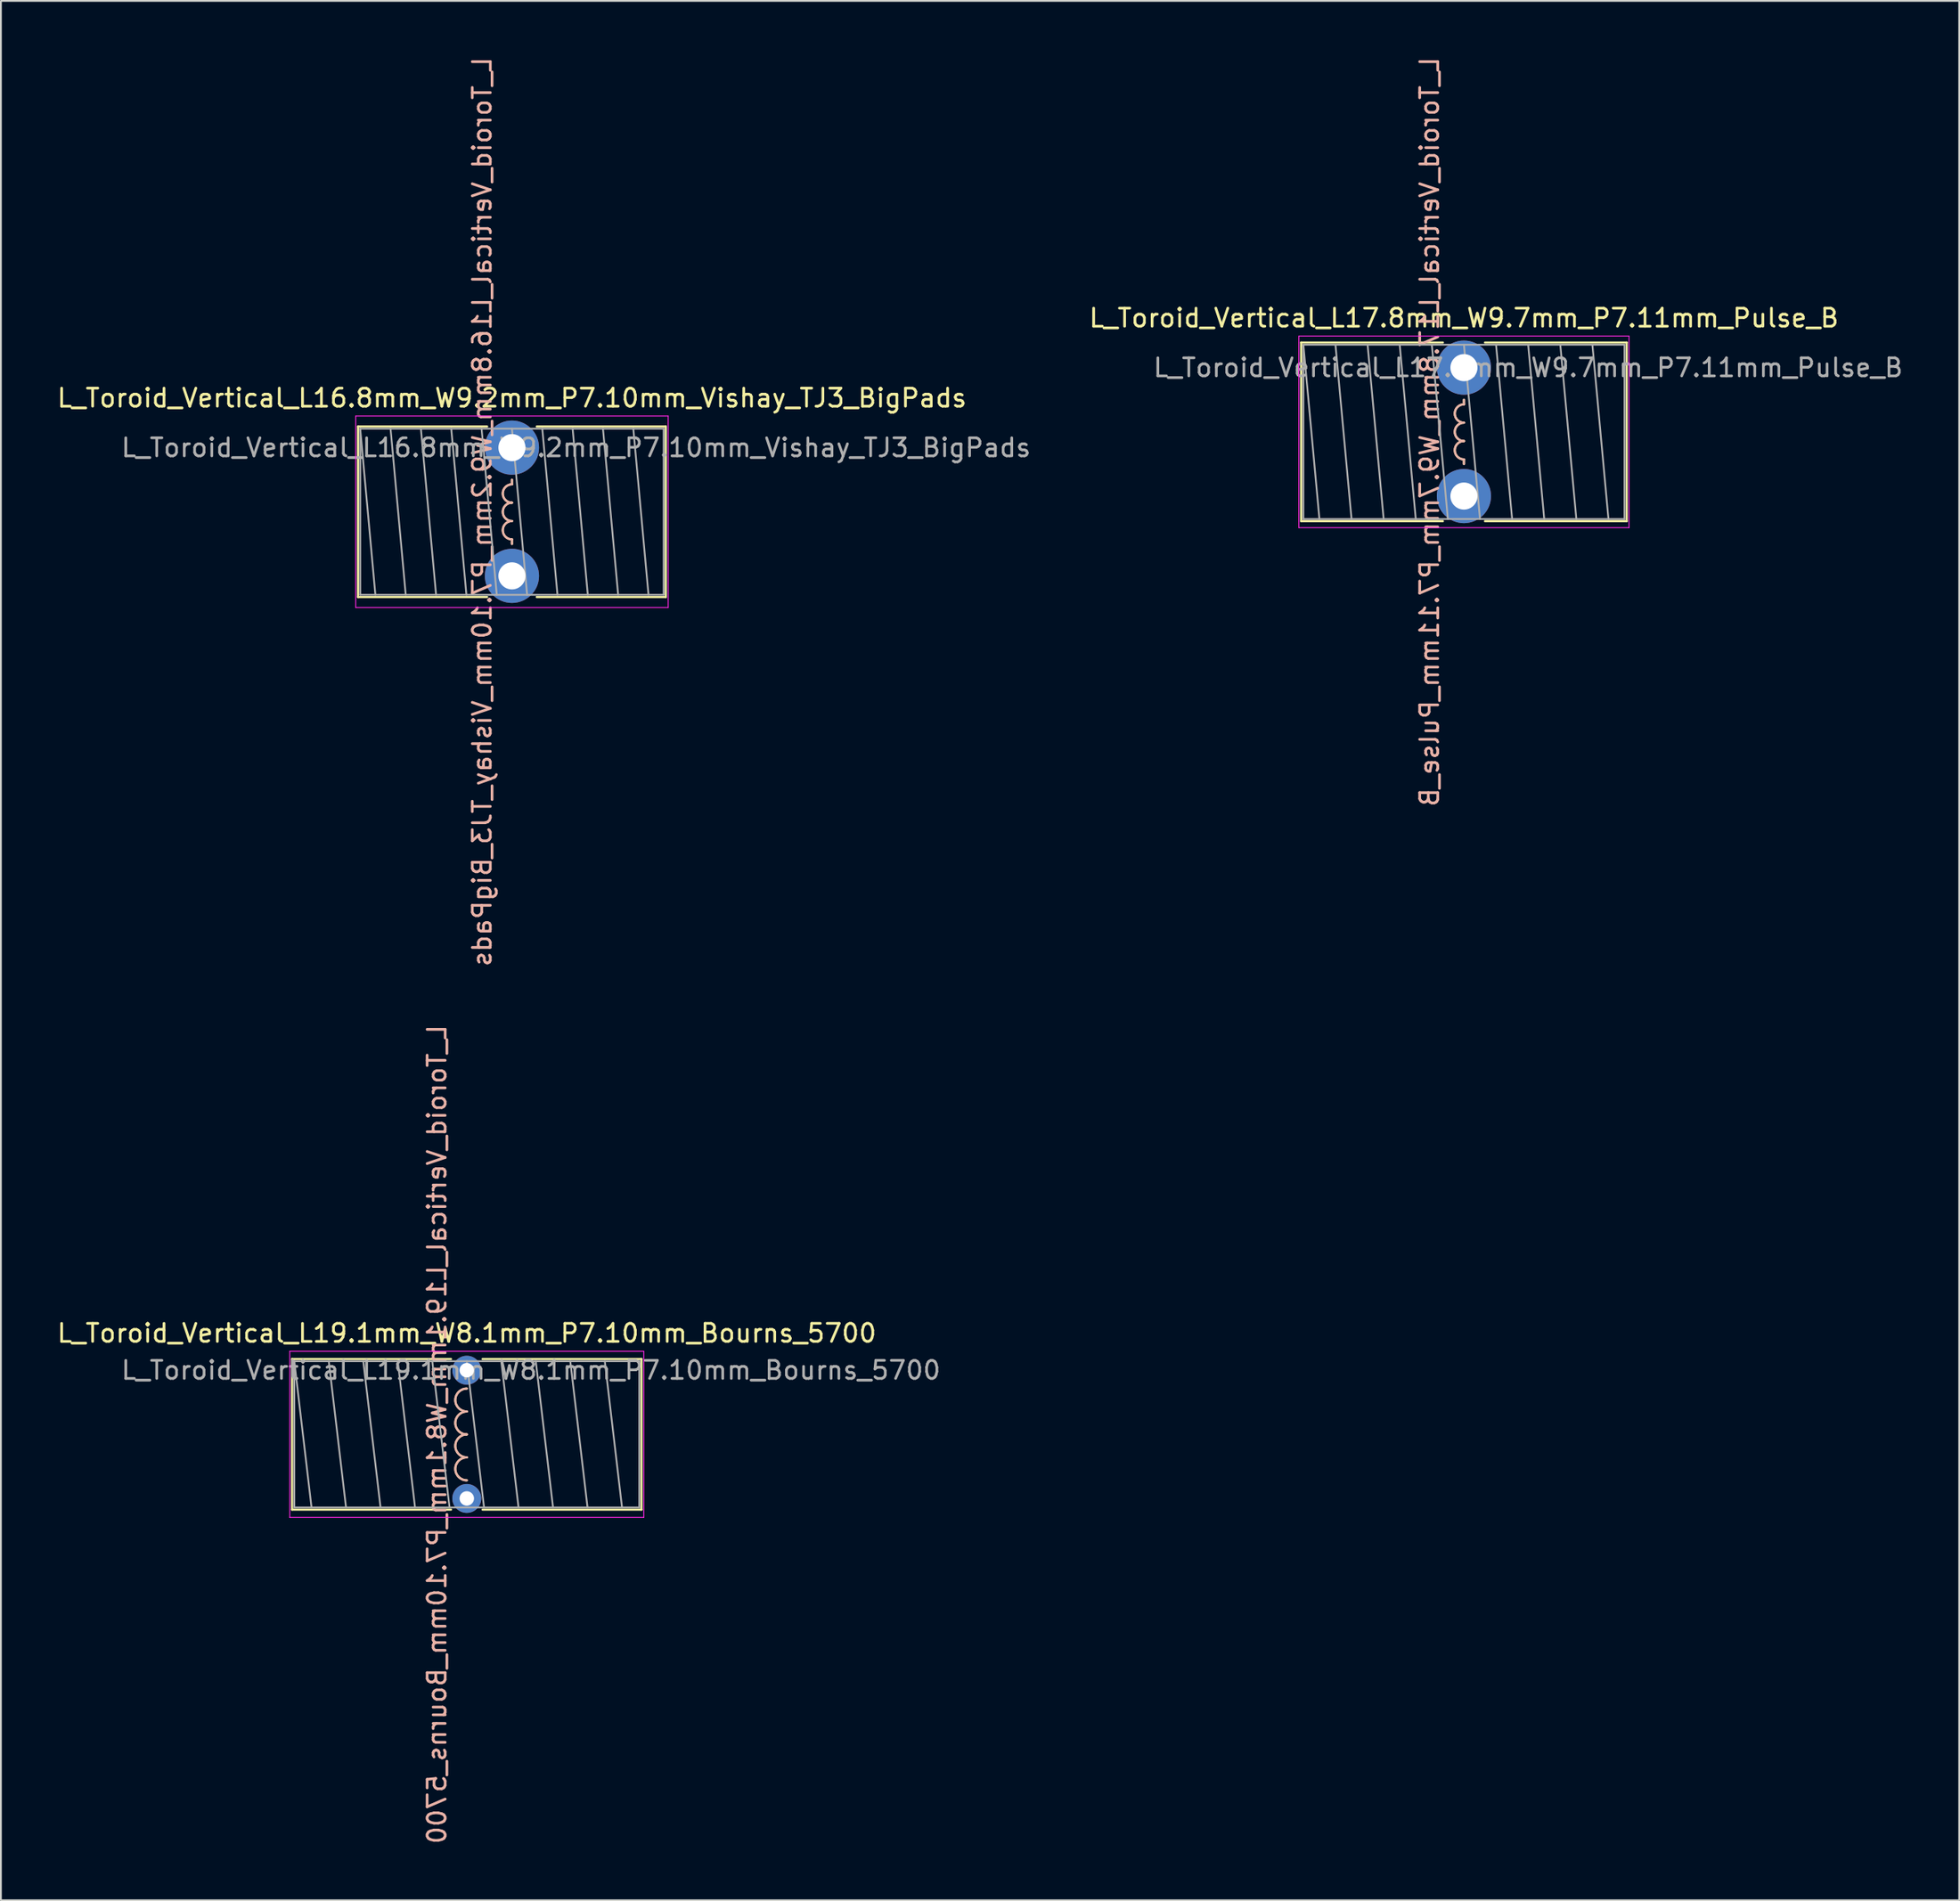
<source format=kicad_pcb>
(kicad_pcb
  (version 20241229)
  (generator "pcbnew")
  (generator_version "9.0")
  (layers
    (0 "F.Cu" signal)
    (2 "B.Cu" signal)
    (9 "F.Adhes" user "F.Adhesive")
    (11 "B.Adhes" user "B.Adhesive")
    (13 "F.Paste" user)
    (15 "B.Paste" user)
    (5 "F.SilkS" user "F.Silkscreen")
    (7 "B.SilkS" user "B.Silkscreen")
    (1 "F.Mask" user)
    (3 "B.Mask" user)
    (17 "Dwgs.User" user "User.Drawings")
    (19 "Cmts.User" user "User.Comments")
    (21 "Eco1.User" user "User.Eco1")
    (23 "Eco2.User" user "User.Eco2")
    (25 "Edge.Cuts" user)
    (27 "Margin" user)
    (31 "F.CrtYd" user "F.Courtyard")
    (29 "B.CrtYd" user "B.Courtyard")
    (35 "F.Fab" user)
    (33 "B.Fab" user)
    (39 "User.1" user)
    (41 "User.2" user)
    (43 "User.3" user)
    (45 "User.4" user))
  (footprint "L_Toroid_Vertical_L16.8mm_W9.2mm_P7.10mm_Vishay_TJ3_BigPads"
    (layer "F.Cu")
    (at 25.292 21.736)
    (property "Reference" "L_Toroid_Vertical_L16.8mm_W9.2mm_P7.10mm_Vishay_TJ3_BigPads" (at 0 -2.75 0) (layer "F.SilkS") (effects (font (size 1 1) (thickness 0.15))))
    (fp_line (start -8.52 -1.17) (end -8.52 8.27) (stroke (width 0.12) (type solid)) (layer "F.SilkS"))
    (fp_line (start -8.52 -1.17) (end -1.374 -1.17) (stroke (width 0.12) (type solid)) (layer "F.SilkS"))
    (fp_line (start -8.52 8.27) (end -1.374 8.27) (stroke (width 0.12) (type solid)) (layer "F.SilkS"))
    (fp_line (start 0 2.032) (end 0 1.778) (stroke (width 0.12) (type solid)) (layer "F.SilkS"))
    (fp_line (start 0 5.08) (end 0 5.334) (stroke (width 0.12) (type solid)) (layer "F.SilkS"))
    (fp_line (start 1.374 -1.17) (end 8.52 -1.17) (stroke (width 0.12) (type solid)) (layer "F.SilkS"))
    (fp_line (start 1.374 8.27) (end 8.52 8.27) (stroke (width 0.12) (type solid)) (layer "F.SilkS"))
    (fp_line (start 8.52 -1.17) (end 8.52 8.27) (stroke (width 0.12) (type solid)) (layer "F.SilkS"))
    (fp_arc (start 0 3.048) (mid -0.508 2.54) (end 0 2.032) (stroke (width 0.12) (type solid)) (layer "F.SilkS"))
    (fp_arc (start 0 4.064) (mid -0.508 3.556) (end 0 3.048) (stroke (width 0.12) (type solid)) (layer "F.SilkS"))
    (fp_arc (start 0 5.08) (mid -0.508 4.572) (end 0 4.064) (stroke (width 0.12) (type solid)) (layer "F.SilkS"))
    (fp_line (start 0 2.032) (end 0 1.778) (stroke (width 0.12) (type solid)) (layer "B.SilkS"))
    (fp_line (start 0 5.08) (end 0 5.334) (stroke (width 0.12) (type solid)) (layer "B.SilkS"))
    (fp_arc (start 0 3.048) (mid -0.508 2.54) (end 0 2.032) (stroke (width 0.12) (type solid)) (layer "B.SilkS"))
    (fp_arc (start 0 4.064) (mid -0.508 3.556) (end 0 3.048) (stroke (width 0.12) (type solid)) (layer "B.SilkS"))
    (fp_arc (start 0 5.08) (mid -0.508 4.572) (end 0 4.064) (stroke (width 0.12) (type solid)) (layer "B.SilkS"))
    (fp_line (start -8.65 -1.75) (end -8.65 8.85) (stroke (width 0.05) (type solid)) (layer "F.CrtYd"))
    (fp_line (start -8.65 8.85) (end 8.65 8.85) (stroke (width 0.05) (type solid)) (layer "F.CrtYd"))
    (fp_line (start 8.65 -1.75) (end -8.65 -1.75) (stroke (width 0.05) (type solid)) (layer "F.CrtYd"))
    (fp_line (start 8.65 8.85) (end 8.65 -1.75) (stroke (width 0.05) (type solid)) (layer "F.CrtYd"))
    (fp_line (start -8.4 -1.05) (end -8.4 8.15) (stroke (width 0.1) (type solid)) (layer "F.Fab"))
    (fp_line (start -8.4 -1.05) (end -7.56 8.15) (stroke (width 0.1) (type solid)) (layer "F.Fab"))
    (fp_line (start -8.4 8.15) (end 8.4 8.15) (stroke (width 0.1) (type solid)) (layer "F.Fab"))
    (fp_line (start -6.72 -1.05) (end -5.88 8.15) (stroke (width 0.1) (type solid)) (layer "F.Fab"))
    (fp_line (start -5.04 -1.05) (end -4.2 8.15) (stroke (width 0.1) (type solid)) (layer "F.Fab"))
    (fp_line (start -3.36 -1.05) (end -2.52 8.15) (stroke (width 0.1) (type solid)) (layer "F.Fab"))
    (fp_line (start -1.68 -1.05) (end -0.84 8.15) (stroke (width 0.1) (type solid)) (layer "F.Fab"))
    (fp_line (start 0 -1.05) (end 0.84 8.15) (stroke (width 0.1) (type solid)) (layer "F.Fab"))
    (fp_line (start 1.68 -1.05) (end 2.52 8.15) (stroke (width 0.1) (type solid)) (layer "F.Fab"))
    (fp_line (start 3.36 -1.05) (end 4.2 8.15) (stroke (width 0.1) (type solid)) (layer "F.Fab"))
    (fp_line (start 5.04 -1.05) (end 5.88 8.15) (stroke (width 0.1) (type solid)) (layer "F.Fab"))
    (fp_line (start 6.72 -1.05) (end 7.56 8.15) (stroke (width 0.1) (type solid)) (layer "F.Fab"))
    (fp_line (start 8.4 -1.05) (end -8.4 -1.05) (stroke (width 0.1) (type solid)) (layer "F.Fab"))
    (fp_line (start 8.4 8.15) (end 8.4 -1.05) (stroke (width 0.1) (type solid)) (layer "F.Fab"))
    (fp_text user "${REFERENCE}" (at -1.651 3.556 90) (layer "B.SilkS") (effects (font (size 1 1) (thickness 0.15)) (justify mirror)))
    (fp_text user "${REFERENCE}" (at 3.55 0 0) (layer "F.Fab") (effects (font (size 1 1) (thickness 0.15))))
    (pad "1" thru_hole circle (at 0 0) (size 3 3) (drill 1.5) (layers "*.Cu" "*.Mask"))
    (pad "2" thru_hole circle (at 0 7.1) (size 3 3) (drill 1.5) (layers "*.Cu" "*.Mask")))
  (footprint "L_Toroid_Vertical_L17.8mm_W9.7mm_P7.11mm_Pulse_B"
    (layer "F.Cu")
    (at 77.996 17.307)
    (property "Reference" "L_Toroid_Vertical_L17.8mm_W9.7mm_P7.11mm_Pulse_B" (at 0 -2.75 0) (layer "F.SilkS") (effects (font (size 1 1) (thickness 0.15))))
    (fp_line (start -9.01 -1.39) (end -9.01 8.5) (stroke (width 0.12) (type solid)) (layer "F.SilkS"))
    (fp_line (start -9.01 -1.39) (end -1.166 -1.39) (stroke (width 0.12) (type solid)) (layer "F.SilkS"))
    (fp_line (start -9.01 8.5) (end -1.166 8.5) (stroke (width 0.12) (type solid)) (layer "F.SilkS"))
    (fp_line (start 0 2.032) (end 0 1.778) (stroke (width 0.12) (type solid)) (layer "F.SilkS"))
    (fp_line (start 0 5.08) (end 0 5.334) (stroke (width 0.12) (type solid)) (layer "F.SilkS"))
    (fp_line (start 1.166 -1.39) (end 9.01 -1.39) (stroke (width 0.12) (type solid)) (layer "F.SilkS"))
    (fp_line (start 1.166 8.5) (end 9.01 8.5) (stroke (width 0.12) (type solid)) (layer "F.SilkS"))
    (fp_line (start 9.01 -1.39) (end 9.01 8.5) (stroke (width 0.12) (type solid)) (layer "F.SilkS"))
    (fp_arc (start 0 3.048) (mid -0.508 2.54) (end 0 2.032) (stroke (width 0.12) (type solid)) (layer "F.SilkS"))
    (fp_arc (start 0 4.064) (mid -0.508 3.556) (end 0 3.048) (stroke (width 0.12) (type solid)) (layer "F.SilkS"))
    (fp_arc (start 0 5.08) (mid -0.508 4.572) (end 0 4.064) (stroke (width 0.12) (type solid)) (layer "F.SilkS"))
    (fp_line (start 0 2.032) (end 0 1.778) (stroke (width 0.12) (type solid)) (layer "B.SilkS"))
    (fp_line (start 0 5.08) (end 0 5.334) (stroke (width 0.12) (type solid)) (layer "B.SilkS"))
    (fp_arc (start 0 3.048) (mid -0.508 2.54) (end 0 2.032) (stroke (width 0.12) (type solid)) (layer "B.SilkS"))
    (fp_arc (start 0 4.064) (mid -0.508 3.556) (end 0 3.048) (stroke (width 0.12) (type solid)) (layer "B.SilkS"))
    (fp_arc (start 0 5.08) (mid -0.508 4.572) (end 0 4.064) (stroke (width 0.12) (type solid)) (layer "B.SilkS"))
    (fp_line (start -9.14 -1.75) (end -9.14 8.86) (stroke (width 0.05) (type solid)) (layer "F.CrtYd"))
    (fp_line (start -9.14 8.86) (end 9.14 8.86) (stroke (width 0.05) (type solid)) (layer "F.CrtYd"))
    (fp_line (start 9.14 -1.75) (end -9.14 -1.75) (stroke (width 0.05) (type solid)) (layer "F.CrtYd"))
    (fp_line (start 9.14 8.86) (end 9.14 -1.75) (stroke (width 0.05) (type solid)) (layer "F.CrtYd"))
    (fp_line (start -8.89 -1.27) (end -8.89 8.38) (stroke (width 0.1) (type solid)) (layer "F.Fab"))
    (fp_line (start -8.89 -1.27) (end -8.001 8.38) (stroke (width 0.1) (type solid)) (layer "F.Fab"))
    (fp_line (start -8.89 8.38) (end 8.89 8.38) (stroke (width 0.1) (type solid)) (layer "F.Fab"))
    (fp_line (start -7.112 -1.27) (end -6.223 8.38) (stroke (width 0.1) (type solid)) (layer "F.Fab"))
    (fp_line (start -5.334 -1.27) (end -4.445 8.38) (stroke (width 0.1) (type solid)) (layer "F.Fab"))
    (fp_line (start -3.556 -1.27) (end -2.667 8.38) (stroke (width 0.1) (type solid)) (layer "F.Fab"))
    (fp_line (start -1.778 -1.27) (end -0.889 8.38) (stroke (width 0.1) (type solid)) (layer "F.Fab"))
    (fp_line (start 0 -1.27) (end 0.889 8.38) (stroke (width 0.1) (type solid)) (layer "F.Fab"))
    (fp_line (start 1.778 -1.27) (end 2.667 8.38) (stroke (width 0.1) (type solid)) (layer "F.Fab"))
    (fp_line (start 3.556 -1.27) (end 4.445 8.38) (stroke (width 0.1) (type solid)) (layer "F.Fab"))
    (fp_line (start 5.334 -1.27) (end 6.223 8.38) (stroke (width 0.1) (type solid)) (layer "F.Fab"))
    (fp_line (start 7.112 -1.27) (end 8.001 8.38) (stroke (width 0.1) (type solid)) (layer "F.Fab"))
    (fp_line (start 8.89 -1.27) (end -8.89 -1.27) (stroke (width 0.1) (type solid)) (layer "F.Fab"))
    (fp_line (start 8.89 8.38) (end 8.89 -1.27) (stroke (width 0.1) (type solid)) (layer "F.Fab"))
    (fp_text user "${REFERENCE}" (at -1.905 3.556 90) (layer "B.SilkS") (effects (font (size 1 1) (thickness 0.15)) (justify mirror)))
    (fp_text user "${REFERENCE}" (at 3.555 0 0) (layer "F.Fab") (effects (font (size 1 1) (thickness 0.15))))
    (pad "1" thru_hole circle (at 0 0) (size 3 3) (drill 1.5) (layers "*.Cu" "*.Mask"))
    (pad "2" thru_hole circle (at 0 7.11) (size 3 3) (drill 1.5) (layers "*.Cu" "*.Mask")))
  (footprint "L_Toroid_Vertical_L19.1mm_W8.1mm_P7.10mm_Bourns_5700"
    (layer "F.Cu")
    (at 22.792 72.819)
    (property "Reference" "L_Toroid_Vertical_L19.1mm_W8.1mm_P7.10mm_Bourns_5700" (at 0 -2.05 0) (layer "F.SilkS") (effects (font (size 1 1) (thickness 0.15))))
    (fp_line (start -9.67 -0.62) (end -9.67 7.72) (stroke (width 0.12) (type solid)) (layer "F.SilkS"))
    (fp_line (start -9.67 -0.62) (end -0.875 -0.62) (stroke (width 0.12) (type solid)) (layer "F.SilkS"))
    (fp_line (start -9.67 7.72) (end -0.875 7.72) (stroke (width 0.12) (type solid)) (layer "F.SilkS"))
    (fp_line (start 0.875 -0.62) (end 9.67 -0.62) (stroke (width 0.12) (type solid)) (layer "F.SilkS"))
    (fp_line (start 0.875 7.72) (end 9.67 7.72) (stroke (width 0.12) (type solid)) (layer "F.SilkS"))
    (fp_line (start 9.67 -0.62) (end 9.67 7.72) (stroke (width 0.12) (type solid)) (layer "F.SilkS"))
    (fp_arc (start 0 2.286) (mid -0.635 1.651) (end 0 1.016) (stroke (width 0.12) (type solid)) (layer "F.SilkS"))
    (fp_arc (start 0 3.556) (mid -0.635 2.921) (end 0 2.286) (stroke (width 0.12) (type solid)) (layer "F.SilkS"))
    (fp_arc (start 0 4.826) (mid -0.635 4.191) (end 0 3.556) (stroke (width 0.12) (type solid)) (layer "F.SilkS"))
    (fp_arc (start 0 6.096) (mid -0.635 5.461) (end 0 4.826) (stroke (width 0.12) (type solid)) (layer "F.SilkS"))
    (fp_arc (start 0 2.286) (mid -0.635 1.651) (end 0 1.016) (stroke (width 0.12) (type solid)) (layer "B.SilkS"))
    (fp_arc (start 0 3.556) (mid -0.635 2.921) (end 0 2.286) (stroke (width 0.12) (type solid)) (layer "B.SilkS"))
    (fp_arc (start 0 4.826) (mid -0.635 4.191) (end 0 3.556) (stroke (width 0.12) (type solid)) (layer "B.SilkS"))
    (fp_arc (start 0 6.096) (mid -0.635 5.461) (end 0 4.826) (stroke (width 0.12) (type solid)) (layer "B.SilkS"))
    (fp_line (start -9.8 -1.05) (end -9.8 8.15) (stroke (width 0.05) (type solid)) (layer "F.CrtYd"))
    (fp_line (start -9.8 8.15) (end 9.8 8.15) (stroke (width 0.05) (type solid)) (layer "F.CrtYd"))
    (fp_line (start 9.8 -1.05) (end -9.8 -1.05) (stroke (width 0.05) (type solid)) (layer "F.CrtYd"))
    (fp_line (start 9.8 8.15) (end 9.8 -1.05) (stroke (width 0.05) (type solid)) (layer "F.CrtYd"))
    (fp_line (start -9.55 -0.5) (end -9.55 7.6) (stroke (width 0.1) (type solid)) (layer "F.Fab"))
    (fp_line (start -9.55 -0.5) (end -8.595 7.6) (stroke (width 0.1) (type solid)) (layer "F.Fab"))
    (fp_line (start -9.55 7.6) (end 9.55 7.6) (stroke (width 0.1) (type solid)) (layer "F.Fab"))
    (fp_line (start -7.64 -0.5) (end -6.685 7.6) (stroke (width 0.1) (type solid)) (layer "F.Fab"))
    (fp_line (start -5.73 -0.5) (end -4.775 7.6) (stroke (width 0.1) (type solid)) (layer "F.Fab"))
    (fp_line (start -3.82 -0.5) (end -2.865 7.6) (stroke (width 0.1) (type solid)) (layer "F.Fab"))
    (fp_line (start -1.91 -0.5) (end -0.955 7.6) (stroke (width 0.1) (type solid)) (layer "F.Fab"))
    (fp_line (start 0 -0.5) (end 0.955 7.6) (stroke (width 0.1) (type solid)) (layer "F.Fab"))
    (fp_line (start 1.91 -0.5) (end 2.865 7.6) (stroke (width 0.1) (type solid)) (layer "F.Fab"))
    (fp_line (start 3.82 -0.5) (end 4.775 7.6) (stroke (width 0.1) (type solid)) (layer "F.Fab"))
    (fp_line (start 5.73 -0.5) (end 6.685 7.6) (stroke (width 0.1) (type solid)) (layer "F.Fab"))
    (fp_line (start 7.64 -0.5) (end 8.595 7.6) (stroke (width 0.1) (type solid)) (layer "F.Fab"))
    (fp_line (start 9.55 -0.5) (end -9.55 -0.5) (stroke (width 0.1) (type solid)) (layer "F.Fab"))
    (fp_line (start 9.55 7.6) (end 9.55 -0.5) (stroke (width 0.1) (type solid)) (layer "F.Fab"))
    (fp_text user "${REFERENCE}" (at -1.651 3.556 90) (layer "B.SilkS") (effects (font (size 1 1) (thickness 0.15)) (justify mirror)))
    (fp_text user "${REFERENCE}" (at 3.55 0 0) (layer "F.Fab") (effects (font (size 1 1) (thickness 0.15))))
    (pad "1" thru_hole circle (at 0 0) (size 1.6 1.6) (drill 0.8) (layers "*.Cu" "*.Mask"))
    (pad "2" thru_hole circle (at 0 7.1) (size 1.6 1.6) (drill 0.8) (layers "*.Cu" "*.Mask")))
  (gr_rect
    (start -3 -3)
    (end 105.415 102.167)
    (stroke (width 0.1) (type default))
    (fill no)
    (layer "Edge.Cuts")))
</source>
